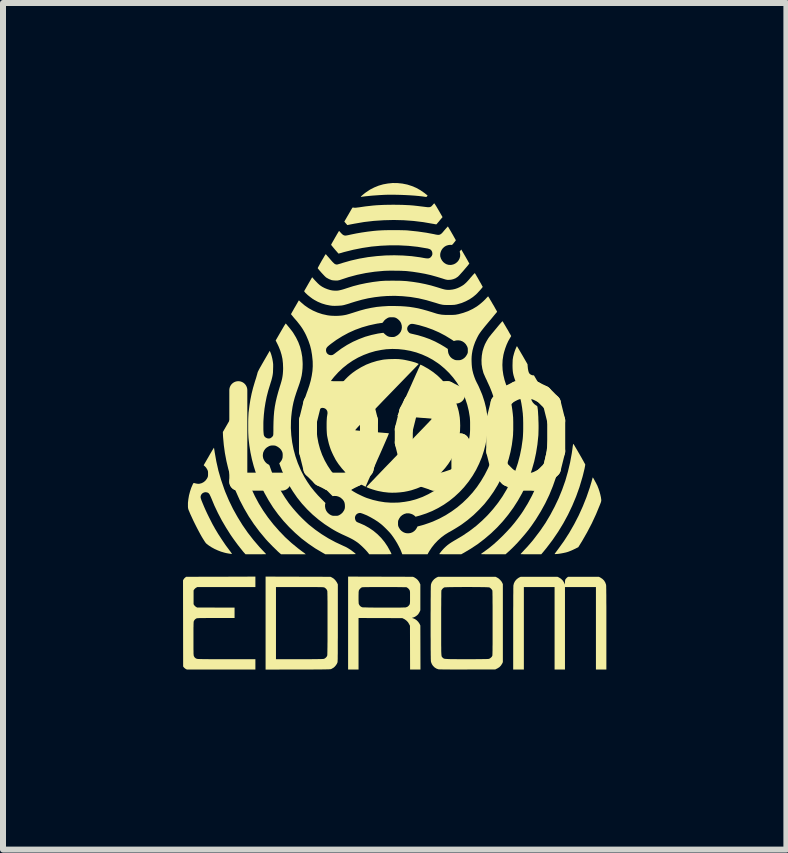
<source format=kicad_pcb>
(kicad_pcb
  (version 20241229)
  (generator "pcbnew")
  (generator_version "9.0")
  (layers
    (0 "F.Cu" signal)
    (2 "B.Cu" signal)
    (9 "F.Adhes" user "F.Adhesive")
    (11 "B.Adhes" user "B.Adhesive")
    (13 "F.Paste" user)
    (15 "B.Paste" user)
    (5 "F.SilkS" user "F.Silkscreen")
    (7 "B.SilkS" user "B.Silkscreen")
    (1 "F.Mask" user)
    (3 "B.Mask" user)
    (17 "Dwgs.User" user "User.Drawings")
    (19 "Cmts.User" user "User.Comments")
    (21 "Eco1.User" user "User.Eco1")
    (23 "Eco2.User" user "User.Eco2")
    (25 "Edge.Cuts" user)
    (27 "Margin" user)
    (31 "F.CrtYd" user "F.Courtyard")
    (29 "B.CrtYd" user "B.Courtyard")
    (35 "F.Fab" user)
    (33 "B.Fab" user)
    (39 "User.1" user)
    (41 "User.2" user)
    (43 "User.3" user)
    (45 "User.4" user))
  (footprint "LOGO"
    (layer "F.Cu")
    (at 3.534 4.287)
    (property "Reference" "LOGO" (at 0 0 0) (layer "F.SilkS") (effects (font (size 1.524 1.524) (thickness 0.3))))
    (attr board_only exclude_from_pos_files exclude_from_bom)
    (fp_poly (pts (xy 0.04 -4.286) (xy 0.12 -4.278) (xy 0.2 -4.262) (xy 0.201 -4.262) (xy 0.279 -4.237) (xy 0.353 -4.206) (xy 0.424 -4.166) (xy 0.492 -4.119) (xy 0.509 -4.105) (xy 0.542 -4.079) (xy 0.533 -4.066) (xy 0.526 -4.058) (xy 0.518 -4.055) (xy 0.507 -4.056) (xy 0.453 -4.064) (xy 0.391 -4.071) (xy 0.324 -4.077) (xy 0.253 -4.082) (xy 0.179 -4.086) (xy 0.104 -4.089) (xy 0.029 -4.091) (xy -0.044 -4.092) (xy -0.114 -4.092) (xy -0.18 -4.09) (xy -0.214 -4.088) (xy -0.254 -4.086) (xy -0.296 -4.083) (xy -0.338 -4.08) (xy -0.381 -4.077) (xy -0.422 -4.073) (xy -0.46 -4.069) (xy -0.494 -4.066) (xy -0.524 -4.062) (xy -0.547 -4.059) (xy -0.562 -4.056) (xy -0.569 -4.056) (xy -0.571 -4.058) (xy -0.568 -4.063) (xy -0.559 -4.072) (xy -0.546 -4.084) (xy -0.529 -4.098) (xy -0.511 -4.113) (xy -0.491 -4.128) (xy -0.484 -4.133) (xy -0.418 -4.177) (xy -0.348 -4.213) (xy -0.274 -4.243) (xy -0.198 -4.265) (xy -0.12 -4.279) (xy -0.04 -4.287)) (stroke (width 0) (type solid)) (fill yes) (layer "F.SilkS"))
    (fp_poly (pts (xy 3.297 0.622) (xy 3.303 0.63) (xy 3.311 0.644) (xy 3.321 0.662) (xy 3.331 0.681) (xy 3.343 0.702) (xy 3.353 0.721) (xy 3.362 0.74) (xy 3.37 0.754) (xy 3.373 0.762) (xy 3.391 0.808) (xy 3.407 0.856) (xy 3.42 0.904) (xy 3.43 0.949) (xy 3.435 0.985) (xy 3.436 0.996) (xy 3.436 1.005) (xy 3.434 1.015) (xy 3.432 1.026) (xy 3.427 1.041) (xy 3.419 1.061) (xy 3.413 1.077) (xy 3.349 1.232) (xy 3.278 1.385) (xy 3.199 1.536) (xy 3.114 1.684) (xy 3.097 1.711) (xy 3.053 1.782) (xy 2.99 1.813) (xy 2.965 1.825) (xy 2.939 1.837) (xy 2.914 1.847) (xy 2.893 1.855) (xy 2.886 1.858) (xy 2.849 1.869) (xy 2.808 1.878) (xy 2.766 1.886) (xy 2.726 1.892) (xy 2.698 1.895) (xy 2.679 1.896) (xy 2.667 1.896) (xy 2.661 1.896) (xy 2.659 1.894) (xy 2.661 1.891) (xy 2.662 1.889) (xy 2.666 1.883) (xy 2.675 1.871) (xy 2.687 1.855) (xy 2.701 1.836) (xy 2.717 1.815) (xy 2.719 1.812) (xy 2.814 1.68) (xy 2.902 1.543) (xy 2.984 1.4) (xy 3.06 1.253) (xy 3.128 1.102) (xy 3.19 0.947) (xy 3.244 0.79) (xy 3.274 0.69) (xy 3.28 0.667) (xy 3.286 0.647) (xy 3.29 0.631) (xy 3.293 0.622) (xy 3.294 0.619)) (stroke (width 0) (type solid)) (fill yes) (layer "F.SilkS"))
    (fp_poly (pts (xy 2.694 -0.425) (xy 2.815 -0.214) (xy 2.812 -0.144) (xy 2.802 0.015) (xy 2.783 0.17) (xy 2.756 0.324) (xy 2.722 0.475) (xy 2.679 0.623) (xy 2.628 0.768) (xy 2.57 0.91) (xy 2.503 1.05) (xy 2.428 1.186) (xy 2.346 1.319) (xy 2.277 1.42) (xy 2.224 1.492) (xy 2.165 1.565) (xy 2.102 1.638) (xy 2.038 1.71) (xy 1.973 1.777) (xy 1.908 1.84) (xy 1.88 1.865) (xy 1.841 1.9) (xy 1.636 1.9) (xy 1.595 1.9) (xy 1.557 1.9) (xy 1.522 1.9) (xy 1.492 1.899) (xy 1.467 1.899) (xy 1.448 1.898) (xy 1.435 1.898) (xy 1.431 1.897) (xy 1.431 1.897) (xy 1.434 1.893) (xy 1.443 1.886) (xy 1.456 1.876) (xy 1.472 1.865) (xy 1.53 1.823) (xy 1.587 1.779) (xy 1.644 1.732) (xy 1.702 1.68) (xy 1.762 1.623) (xy 1.801 1.585) (xy 1.871 1.512) (xy 1.936 1.441) (xy 1.995 1.37) (xy 2.051 1.297) (xy 2.106 1.221) (xy 2.134 1.179) (xy 2.212 1.052) (xy 2.282 0.922) (xy 2.345 0.788) (xy 2.4 0.652) (xy 2.447 0.512) (xy 2.486 0.37) (xy 2.517 0.225) (xy 2.534 0.114) (xy 2.547 0.001) (xy 2.555 -0.116) (xy 2.558 -0.236) (xy 2.556 -0.355) (xy 2.549 -0.471) (xy 2.541 -0.546) (xy 2.535 -0.598) (xy 2.553 -0.617) (xy 2.572 -0.636)) (stroke (width 0) (type solid)) (fill yes) (layer "F.SilkS"))
    (fp_poly (pts (xy 2.73 2.286) (xy 2.762 2.306) (xy 2.789 2.331) (xy 2.81 2.361) (xy 2.823 2.389) (xy 2.829 2.406) (xy 2.831 2.365) (xy 2.832 2.346) (xy 2.834 2.332) (xy 2.837 2.322) (xy 2.841 2.314) (xy 2.845 2.31) (xy 2.856 2.297) (xy 2.868 2.286) (xy 2.87 2.284) (xy 2.884 2.275) (xy 3.396 2.275) (xy 3.423 2.289) (xy 3.456 2.311) (xy 3.483 2.338) (xy 3.502 2.369) (xy 3.515 2.404) (xy 3.517 2.412) (xy 3.517 2.419) (xy 3.518 2.435) (xy 3.518 2.46) (xy 3.519 2.492) (xy 3.519 2.533) (xy 3.52 2.581) (xy 3.52 2.638) (xy 3.52 2.702) (xy 3.521 2.773) (xy 3.521 2.853) (xy 3.521 2.94) (xy 3.521 3.034) (xy 3.521 3.128) (xy 3.521 3.821) (xy 3.347 3.821) (xy 3.347 2.446) (xy 2.831 2.446) (xy 2.831 3.821) (xy 2.658 3.821) (xy 2.658 2.446) (xy 2.146 2.446) (xy 2.146 3.821) (xy 1.968 3.821) (xy 1.968 3.133) (xy 1.968 3.051) (xy 1.968 2.972) (xy 1.968 2.897) (xy 1.968 2.826) (xy 1.969 2.759) (xy 1.969 2.697) (xy 1.969 2.64) (xy 1.969 2.588) (xy 1.97 2.543) (xy 1.97 2.503) (xy 1.97 2.471) (xy 1.971 2.446) (xy 1.971 2.428) (xy 1.972 2.418) (xy 1.972 2.417) (xy 1.981 2.382) (xy 1.998 2.349) (xy 2.021 2.321) (xy 2.049 2.298) (xy 2.067 2.287) (xy 2.093 2.275) (xy 2.706 2.275)) (stroke (width 0) (type solid)) (fill yes) (layer "F.SilkS"))
    (fp_poly (pts (xy 2.972 0.063) (xy 2.976 0.069) (xy 2.983 0.078) (xy 2.991 0.091) (xy 3.001 0.109) (xy 3.015 0.132) (xy 3.032 0.161) (xy 3.052 0.196) (xy 3.068 0.223) (xy 3.088 0.258) (xy 3.107 0.291) (xy 3.124 0.322) (xy 3.139 0.348) (xy 3.151 0.371) (xy 3.161 0.388) (xy 3.167 0.399) (xy 3.169 0.404) (xy 3.168 0.412) (xy 3.166 0.427) (xy 3.162 0.448) (xy 3.157 0.474) (xy 3.15 0.503) (xy 3.142 0.536) (xy 3.134 0.569) (xy 3.125 0.604) (xy 3.119 0.625) (xy 3.072 0.783) (xy 3.016 0.939) (xy 2.953 1.09) (xy 2.882 1.239) (xy 2.804 1.383) (xy 2.718 1.524) (xy 2.624 1.662) (xy 2.523 1.795) (xy 2.474 1.855) (xy 2.436 1.9) (xy 2.263 1.9) (xy 2.226 1.9) (xy 2.192 1.9) (xy 2.161 1.9) (xy 2.134 1.899) (xy 2.113 1.899) (xy 2.099 1.898) (xy 2.091 1.898) (xy 2.091 1.898) (xy 2.093 1.894) (xy 2.101 1.885) (xy 2.113 1.872) (xy 2.128 1.856) (xy 2.145 1.838) (xy 2.147 1.835) (xy 2.183 1.797) (xy 2.215 1.762) (xy 2.244 1.729) (xy 2.272 1.696) (xy 2.302 1.66) (xy 2.322 1.634) (xy 2.417 1.509) (xy 2.505 1.38) (xy 2.585 1.246) (xy 2.659 1.107) (xy 2.726 0.966) (xy 2.785 0.821) (xy 2.837 0.674) (xy 2.88 0.524) (xy 2.916 0.373) (xy 2.944 0.221) (xy 2.954 0.152) (xy 2.957 0.128) (xy 2.96 0.105) (xy 2.963 0.086) (xy 2.965 0.072) (xy 2.966 0.067) (xy 2.966 0.063) (xy 2.968 0.061) (xy 2.969 0.061)) (stroke (width 0) (type solid)) (fill yes) (layer "F.SilkS"))
    (fp_poly (pts (xy 0.655 -3.946) (xy 0.662 -3.937) (xy 0.671 -3.923) (xy 0.684 -3.903) (xy 0.7 -3.876) (xy 0.72 -3.842) (xy 0.738 -3.811) (xy 0.791 -3.719) (xy 0.746 -3.666) (xy 0.731 -3.647) (xy 0.716 -3.63) (xy 0.705 -3.617) (xy 0.697 -3.607) (xy 0.694 -3.604) (xy 0.691 -3.601) (xy 0.687 -3.599) (xy 0.681 -3.599) (xy 0.671 -3.6) (xy 0.656 -3.603) (xy 0.634 -3.607) (xy 0.632 -3.607) (xy 0.471 -3.635) (xy 0.308 -3.655) (xy 0.143 -3.667) (xy -0.022 -3.671) (xy -0.188 -3.667) (xy -0.354 -3.656) (xy -0.518 -3.637) (xy -0.68 -3.609) (xy -0.738 -3.598) (xy -0.796 -3.586) (xy -0.821 -3.615) (xy -0.846 -3.644) (xy -0.793 -3.736) (xy -0.777 -3.763) (xy -0.762 -3.789) (xy -0.748 -3.813) (xy -0.737 -3.833) (xy -0.728 -3.848) (xy -0.724 -3.855) (xy -0.716 -3.868) (xy -0.71 -3.876) (xy -0.705 -3.879) (xy -0.7 -3.879) (xy -0.696 -3.878) (xy -0.687 -3.876) (xy -0.676 -3.875) (xy -0.663 -3.875) (xy -0.647 -3.876) (xy -0.626 -3.879) (xy -0.599 -3.882) (xy -0.566 -3.887) (xy -0.559 -3.888) (xy -0.49 -3.898) (xy -0.426 -3.905) (xy -0.365 -3.912) (xy -0.304 -3.917) (xy -0.242 -3.92) (xy -0.176 -3.923) (xy -0.107 -3.924) (xy -0.03 -3.925) (xy -0.03 -3.925) (xy 0.047 -3.924) (xy 0.117 -3.923) (xy 0.182 -3.92) (xy 0.245 -3.917) (xy 0.306 -3.912) (xy 0.369 -3.905) (xy 0.435 -3.897) (xy 0.484 -3.891) (xy 0.517 -3.887) (xy 0.543 -3.884) (xy 0.564 -3.884) (xy 0.581 -3.886) (xy 0.595 -3.892) (xy 0.607 -3.9) (xy 0.619 -3.913) (xy 0.631 -3.926) (xy 0.64 -3.937) (xy 0.648 -3.945) (xy 0.652 -3.948)) (stroke (width 0) (type solid)) (fill yes) (layer "F.SilkS"))
    (fp_poly (pts (xy -2.591 -0.612) (xy -2.592 -0.601) (xy -2.594 -0.588) (xy -2.599 -0.554) (xy -2.603 -0.521) (xy -2.606 -0.489) (xy -2.609 -0.455) (xy -2.611 -0.418) (xy -2.612 -0.378) (xy -2.613 -0.332) (xy -2.613 -0.28) (xy -2.613 -0.245) (xy -2.613 -0.194) (xy -2.613 -0.15) (xy -2.612 -0.111) (xy -2.611 -0.077) (xy -2.61 -0.045) (xy -2.607 -0.015) (xy -2.605 0.015) (xy -2.601 0.047) (xy -2.597 0.081) (xy -2.592 0.12) (xy -2.592 0.12) (xy -2.568 0.258) (xy -2.537 0.396) (xy -2.498 0.533) (xy -2.451 0.669) (xy -2.397 0.802) (xy -2.337 0.931) (xy -2.271 1.054) (xy -2.197 1.174) (xy -2.115 1.291) (xy -2.027 1.403) (xy -1.932 1.511) (xy -1.832 1.615) (xy -1.726 1.712) (xy -1.615 1.803) (xy -1.566 1.84) (xy -1.546 1.855) (xy -1.528 1.868) (xy -1.513 1.879) (xy -1.503 1.887) (xy -1.5 1.89) (xy -1.488 1.9) (xy -1.694 1.9) (xy -1.9 1.9) (xy -1.935 1.87) (xy -1.956 1.851) (xy -1.98 1.827) (xy -2.008 1.8) (xy -2.038 1.771) (xy -2.068 1.74) (xy -2.097 1.71) (xy -2.124 1.682) (xy -2.148 1.656) (xy -2.159 1.643) (xy -2.259 1.523) (xy -2.353 1.397) (xy -2.439 1.268) (xy -2.517 1.134) (xy -2.589 0.997) (xy -2.652 0.856) (xy -2.702 0.728) (xy -2.744 0.604) (xy -2.78 0.476) (xy -2.811 0.345) (xy -2.836 0.213) (xy -2.854 0.082) (xy -2.866 -0.047) (xy -2.868 -0.081) (xy -2.87 -0.138) (xy -2.732 -0.378) (xy -2.708 -0.419) (xy -2.685 -0.458) (xy -2.664 -0.494) (xy -2.645 -0.527) (xy -2.629 -0.555) (xy -2.615 -0.579) (xy -2.603 -0.597) (xy -2.596 -0.61) (xy -2.592 -0.616) (xy -2.591 -0.616)) (stroke (width 0) (type solid)) (fill yes) (layer "F.SilkS"))
    (fp_poly (pts (xy -2.328 2.446) (xy -3.295 2.446) (xy -3.314 2.456) (xy -3.33 2.467) (xy -3.344 2.482) (xy -3.345 2.483) (xy -3.358 2.502) (xy -3.358 2.732) (xy -3.346 2.75) (xy -3.335 2.763) (xy -3.321 2.774) (xy -3.317 2.777) (xy -3.299 2.787) (xy -2.987 2.788) (xy -2.675 2.789) (xy -2.675 2.962) (xy -2.986 2.962) (xy -3.045 2.962) (xy -3.096 2.962) (xy -3.139 2.962) (xy -3.176 2.963) (xy -3.207 2.963) (xy -3.233 2.963) (xy -3.254 2.963) (xy -3.27 2.964) (xy -3.283 2.965) (xy -3.292 2.965) (xy -3.3 2.966) (xy -3.305 2.967) (xy -3.309 2.969) (xy -3.312 2.97) (xy -3.313 2.97) (xy -3.334 2.985) (xy -3.349 3.005) (xy -3.354 3.014) (xy -3.355 3.018) (xy -3.356 3.024) (xy -3.357 3.032) (xy -3.358 3.043) (xy -3.358 3.057) (xy -3.359 3.076) (xy -3.359 3.099) (xy -3.36 3.128) (xy -3.36 3.162) (xy -3.36 3.204) (xy -3.36 3.252) (xy -3.36 3.306) (xy -3.36 3.361) (xy -3.36 3.409) (xy -3.36 3.449) (xy -3.36 3.483) (xy -3.359 3.511) (xy -3.359 3.534) (xy -3.359 3.552) (xy -3.358 3.566) (xy -3.357 3.576) (xy -3.356 3.585) (xy -3.355 3.591) (xy -3.354 3.595) (xy -3.352 3.599) (xy -3.352 3.599) (xy -3.339 3.62) (xy -3.322 3.634) (xy -3.306 3.641) (xy -3.302 3.642) (xy -3.297 3.643) (xy -3.29 3.644) (xy -3.28 3.645) (xy -3.267 3.645) (xy -3.251 3.646) (xy -3.231 3.646) (xy -3.207 3.647) (xy -3.178 3.647) (xy -3.144 3.647) (xy -3.104 3.648) (xy -3.058 3.648) (xy -3.006 3.648) (xy -2.946 3.648) (xy -2.878 3.648) (xy -2.807 3.648) (xy -2.328 3.648) (xy -2.328 3.821) (xy -3.468 3.821) (xy -3.487 3.812) (xy -3.502 3.802) (xy -3.515 3.79) (xy -3.519 3.786) (xy -3.532 3.77) (xy -3.534 2.334) (xy -3.524 2.317) (xy -3.515 2.304) (xy -3.502 2.291) (xy -3.498 2.288) (xy -3.482 2.275) (xy -2.905 2.274) (xy -2.328 2.272)) (stroke (width 0) (type solid)) (fill yes) (layer "F.SilkS"))
    (fp_poly (pts (xy -1.077 2.275) (xy -1.052 2.287) (xy -1.022 2.306) (xy -0.996 2.332) (xy -0.975 2.361) (xy -0.968 2.373) (xy -0.954 2.401) (xy -0.954 3.043) (xy -0.954 3.133) (xy -0.954 3.214) (xy -0.954 3.288) (xy -0.955 3.355) (xy -0.955 3.414) (xy -0.955 3.467) (xy -0.955 3.513) (xy -0.955 3.554) (xy -0.956 3.588) (xy -0.956 3.618) (xy -0.956 3.642) (xy -0.957 3.662) (xy -0.958 3.677) (xy -0.958 3.689) (xy -0.959 3.696) (xy -0.96 3.701) (xy -0.96 3.702) (xy -0.971 3.727) (xy -0.988 3.752) (xy -1.008 3.775) (xy -1.027 3.791) (xy -1.043 3.8) (xy -1.058 3.809) (xy -1.07 3.814) (xy -1.07 3.814) (xy -1.074 3.815) (xy -1.081 3.815) (xy -1.092 3.816) (xy -1.108 3.817) (xy -1.127 3.817) (xy -1.152 3.818) (xy -1.182 3.818) (xy -1.217 3.819) (xy -1.258 3.819) (xy -1.306 3.819) (xy -1.36 3.82) (xy -1.422 3.82) (xy -1.491 3.82) (xy -1.568 3.82) (xy -1.622 3.82) (xy -2.158 3.822) (xy -2.158 3.648) (xy -1.985 3.648) (xy -1.594 3.648) (xy -1.519 3.648) (xy -1.452 3.648) (xy -1.394 3.648) (xy -1.343 3.647) (xy -1.299 3.647) (xy -1.263 3.646) (xy -1.234 3.646) (xy -1.212 3.645) (xy -1.197 3.644) (xy -1.189 3.643) (xy -1.187 3.643) (xy -1.17 3.635) (xy -1.153 3.621) (xy -1.139 3.605) (xy -1.131 3.587) (xy -1.13 3.587) (xy -1.13 3.58) (xy -1.129 3.566) (xy -1.129 3.544) (xy -1.128 3.516) (xy -1.128 3.482) (xy -1.127 3.442) (xy -1.127 3.398) (xy -1.126 3.35) (xy -1.126 3.298) (xy -1.126 3.244) (xy -1.126 3.188) (xy -1.126 3.13) (xy -1.126 3.071) (xy -1.126 3.012) (xy -1.126 2.953) (xy -1.126 2.895) (xy -1.126 2.839) (xy -1.126 2.786) (xy -1.126 2.735) (xy -1.126 2.688) (xy -1.127 2.644) (xy -1.127 2.606) (xy -1.128 2.573) (xy -1.128 2.547) (xy -1.129 2.527) (xy -1.129 2.514) (xy -1.13 2.51) (xy -1.138 2.491) (xy -1.152 2.473) (xy -1.169 2.459) (xy -1.177 2.454) (xy -1.18 2.453) (xy -1.183 2.452) (xy -1.187 2.451) (xy -1.193 2.45) (xy -1.201 2.449) (xy -1.211 2.448) (xy -1.224 2.448) (xy -1.241 2.447) (xy -1.262 2.447) (xy -1.288 2.447) (xy -1.319 2.446) (xy -1.355 2.446) (xy -1.398 2.446) (xy -1.447 2.446) (xy -1.504 2.446) (xy -1.568 2.446) (xy -1.985 2.446) (xy -1.985 3.648) (xy -2.158 3.648) (xy -2.158 2.272)) (stroke (width 0) (type solid)) (fill yes) (layer "F.SilkS"))
    (fp_poly (pts (xy 0.298 2.275) (xy 0.324 2.287) (xy 0.353 2.306) (xy 0.379 2.33) (xy 0.4 2.359) (xy 0.407 2.373) (xy 0.421 2.402) (xy 0.421 2.833) (xy 0.41 2.858) (xy 0.401 2.874) (xy 0.391 2.89) (xy 0.385 2.899) (xy 0.369 2.915) (xy 0.348 2.931) (xy 0.326 2.944) (xy 0.304 2.953) (xy 0.301 2.954) (xy 0.279 2.96) (xy 0.302 2.967) (xy 0.332 2.98) (xy 0.36 3) (xy 0.385 3.025) (xy 0.405 3.054) (xy 0.41 3.063) (xy 0.421 3.087) (xy 0.423 3.821) (xy 0.25 3.821) (xy 0.248 3.091) (xy 0.234 3.064) (xy 0.215 3.032) (xy 0.189 3.005) (xy 0.159 2.983) (xy 0.149 2.978) (xy 0.121 2.964) (xy -0.244 2.963) (xy -0.609 2.962) (xy -0.609 3.821) (xy -0.783 3.821) (xy -0.783 2.611) (xy -0.609 2.611) (xy -0.609 2.639) (xy -0.609 2.666) (xy -0.608 2.69) (xy -0.607 2.71) (xy -0.606 2.723) (xy -0.605 2.727) (xy -0.595 2.747) (xy -0.58 2.765) (xy -0.56 2.778) (xy -0.548 2.783) (xy -0.54 2.784) (xy -0.524 2.785) (xy -0.502 2.785) (xy -0.473 2.786) (xy -0.44 2.787) (xy -0.401 2.787) (xy -0.359 2.788) (xy -0.314 2.788) (xy -0.267 2.789) (xy -0.218 2.789) (xy -0.169 2.789) (xy -0.12 2.789) (xy -0.073 2.789) (xy -0.027 2.789) (xy 0.017 2.788) (xy 0.057 2.788) (xy 0.093 2.788) (xy 0.124 2.787) (xy 0.149 2.786) (xy 0.168 2.786) (xy 0.179 2.785) (xy 0.181 2.784) (xy 0.204 2.776) (xy 0.224 2.76) (xy 0.239 2.741) (xy 0.242 2.736) (xy 0.244 2.73) (xy 0.246 2.723) (xy 0.247 2.713) (xy 0.248 2.7) (xy 0.249 2.683) (xy 0.249 2.659) (xy 0.249 2.629) (xy 0.249 2.617) (xy 0.249 2.585) (xy 0.249 2.559) (xy 0.249 2.54) (xy 0.248 2.526) (xy 0.247 2.515) (xy 0.245 2.507) (xy 0.243 2.501) (xy 0.242 2.499) (xy 0.232 2.483) (xy 0.218 2.468) (xy 0.202 2.456) (xy 0.192 2.45) (xy 0.186 2.449) (xy 0.172 2.449) (xy 0.15 2.448) (xy 0.122 2.448) (xy 0.087 2.447) (xy 0.046 2.447) (xy -0.001 2.446) (xy -0.052 2.446) (xy -0.109 2.446) (xy -0.169 2.446) (xy -0.18 2.446) (xy -0.246 2.446) (xy -0.304 2.446) (xy -0.355 2.446) (xy -0.398 2.446) (xy -0.435 2.447) (xy -0.466 2.447) (xy -0.491 2.447) (xy -0.512 2.448) (xy -0.528 2.449) (xy -0.54 2.449) (xy -0.548 2.45) (xy -0.554 2.451) (xy -0.556 2.452) (xy -0.57 2.461) (xy -0.585 2.476) (xy -0.598 2.492) (xy -0.605 2.508) (xy -0.606 2.518) (xy -0.608 2.535) (xy -0.608 2.557) (xy -0.609 2.583) (xy -0.609 2.611) (xy -0.783 2.611) (xy -0.783 2.272)) (stroke (width 0) (type solid)) (fill yes) (layer "F.SilkS"))
    (fp_poly (pts (xy 0.425 -1.259) (xy 0.435 -1.255) (xy 0.45 -1.248) (xy 0.468 -1.239) (xy 0.47 -1.238) (xy 0.553 -1.191) (xy 0.632 -1.138) (xy 0.706 -1.079) (xy 0.774 -1.013) (xy 0.836 -0.943) (xy 0.893 -0.867) (xy 0.942 -0.787) (xy 0.985 -0.703) (xy 1.021 -0.616) (xy 1.049 -0.525) (xy 1.06 -0.482) (xy 1.07 -0.429) (xy 1.078 -0.379) (xy 1.082 -0.327) (xy 1.084 -0.272) (xy 1.085 -0.243) (xy 1.082 -0.153) (xy 1.072 -0.067) (xy 1.057 0.016) (xy 1.034 0.098) (xy 1.013 0.156) (xy 0.977 0.24) (xy 0.936 0.318) (xy 0.888 0.392) (xy 0.834 0.463) (xy 0.773 0.531) (xy 0.758 0.546) (xy 0.686 0.613) (xy 0.611 0.672) (xy 0.532 0.723) (xy 0.45 0.767) (xy 0.363 0.803) (xy 0.272 0.833) (xy 0.21 0.848) (xy 0.148 0.86) (xy 0.082 0.868) (xy 0.013 0.873) (xy -0.053 0.874) (xy -0.108 0.872) (xy -0.197 0.862) (xy -0.285 0.845) (xy -0.296 0.842) (xy -0.32 0.836) (xy -0.347 0.828) (xy -0.374 0.82) (xy -0.4 0.811) (xy -0.424 0.803) (xy -0.445 0.795) (xy -0.462 0.788) (xy -0.473 0.782) (xy -0.477 0.779) (xy -0.477 0.778) (xy -0.476 0.776) (xy -0.471 0.771) (xy -0.463 0.763) (xy -0.452 0.752) (xy -0.438 0.737) (xy -0.42 0.718) (xy -0.399 0.696) (xy -0.373 0.669) (xy -0.344 0.639) (xy -0.311 0.604) (xy -0.273 0.565) (xy -0.232 0.522) (xy -0.186 0.474) (xy -0.135 0.421) (xy -0.079 0.364) (xy -0.019 0.301) (xy 0.046 0.234) (xy 0.116 0.161) (xy 0.192 0.083) (xy 0.273 -0.001) (xy 0.359 -0.091) (xy 0.451 -0.186) (xy 0.548 -0.287) (xy 0.558 -0.297) (xy 0.574 -0.315) (xy 0.589 -0.33) (xy 0.6 -0.343) (xy 0.607 -0.352) (xy 0.609 -0.355) (xy 0.606 -0.359) (xy 0.6 -0.362) (xy 0.594 -0.362) (xy 0.581 -0.363) (xy 0.56 -0.365) (xy 0.533 -0.367) (xy 0.501 -0.37) (xy 0.464 -0.372) (xy 0.423 -0.375) (xy 0.379 -0.379) (xy 0.332 -0.382) (xy 0.315 -0.383) (xy 0.268 -0.387) (xy 0.223 -0.39) (xy 0.181 -0.393) (xy 0.144 -0.396) (xy 0.111 -0.398) (xy 0.083 -0.401) (xy 0.062 -0.402) (xy 0.047 -0.403) (xy 0.039 -0.404) (xy 0.039 -0.404) (xy 0.04 -0.408) (xy 0.045 -0.419) (xy 0.053 -0.437) (xy 0.063 -0.46) (xy 0.076 -0.489) (xy 0.091 -0.522) (xy 0.107 -0.56) (xy 0.126 -0.601) (xy 0.145 -0.645) (xy 0.166 -0.692) (xy 0.187 -0.74) (xy 0.209 -0.789) (xy 0.232 -0.839) (xy 0.254 -0.888) (xy 0.276 -0.937) (xy 0.297 -0.985) (xy 0.318 -1.031) (xy 0.337 -1.074) (xy 0.355 -1.115) (xy 0.372 -1.151) (xy 0.386 -1.184) (xy 0.399 -1.211) (xy 0.409 -1.233) (xy 0.416 -1.249) (xy 0.42 -1.258) (xy 0.421 -1.26)) (stroke (width 0) (type solid)) (fill yes) (layer "F.SilkS"))
    (fp_poly (pts (xy 1.332 -2.781) (xy 1.339 -2.77) (xy 1.349 -2.754) (xy 1.36 -2.734) (xy 1.374 -2.711) (xy 1.388 -2.686) (xy 1.402 -2.661) (xy 1.416 -2.636) (xy 1.43 -2.613) (xy 1.441 -2.592) (xy 1.45 -2.575) (xy 1.457 -2.563) (xy 1.46 -2.557) (xy 1.46 -2.556) (xy 1.457 -2.551) (xy 1.45 -2.541) (xy 1.438 -2.527) (xy 1.424 -2.51) (xy 1.407 -2.491) (xy 1.39 -2.473) (xy 1.373 -2.454) (xy 1.357 -2.438) (xy 1.349 -2.43) (xy 1.297 -2.387) (xy 1.24 -2.349) (xy 1.177 -2.316) (xy 1.111 -2.288) (xy 1.042 -2.268) (xy 1.023 -2.263) (xy 1.005 -2.26) (xy 0.988 -2.257) (xy 0.97 -2.256) (xy 0.948 -2.255) (xy 0.921 -2.254) (xy 0.897 -2.254) (xy 0.865 -2.254) (xy 0.837 -2.255) (xy 0.812 -2.256) (xy 0.789 -2.259) (xy 0.765 -2.264) (xy 0.739 -2.27) (xy 0.71 -2.279) (xy 0.675 -2.29) (xy 0.654 -2.296) (xy 0.522 -2.335) (xy 0.39 -2.366) (xy 0.258 -2.388) (xy 0.127 -2.401) (xy -0.005 -2.407) (xy -0.138 -2.404) (xy -0.233 -2.397) (xy -0.342 -2.384) (xy -0.449 -2.366) (xy -0.554 -2.342) (xy -0.661 -2.312) (xy -0.732 -2.29) (xy -0.761 -2.28) (xy -0.79 -2.271) (xy -0.818 -2.263) (xy -0.842 -2.256) (xy -0.86 -2.252) (xy -0.862 -2.251) (xy -0.892 -2.246) (xy -0.929 -2.243) (xy -0.968 -2.241) (xy -1.008 -2.24) (xy -1.045 -2.241) (xy -1.077 -2.245) (xy -1.079 -2.245) (xy -1.151 -2.259) (xy -1.221 -2.28) (xy -1.288 -2.308) (xy -1.349 -2.341) (xy -1.35 -2.342) (xy -1.377 -2.359) (xy -1.404 -2.379) (xy -1.431 -2.4) (xy -1.457 -2.421) (xy -1.479 -2.442) (xy -1.497 -2.459) (xy -1.507 -2.472) (xy -1.516 -2.484) (xy -1.449 -2.601) (xy -1.382 -2.717) (xy -1.361 -2.693) (xy -1.337 -2.666) (xy -1.312 -2.64) (xy -1.289 -2.616) (xy -1.268 -2.597) (xy -1.252 -2.583) (xy -1.215 -2.558) (xy -1.173 -2.536) (xy -1.128 -2.518) (xy -1.083 -2.504) (xy -1.048 -2.497) (xy -1.02 -2.494) (xy -0.994 -2.493) (xy -0.969 -2.493) (xy -0.943 -2.496) (xy -0.914 -2.502) (xy -0.882 -2.51) (xy -0.845 -2.521) (xy -0.806 -2.534) (xy -0.699 -2.568) (xy -0.591 -2.596) (xy -0.481 -2.619) (xy -0.368 -2.638) (xy -0.248 -2.653) (xy -0.231 -2.654) (xy -0.204 -2.656) (xy -0.17 -2.658) (xy -0.131 -2.659) (xy -0.088 -2.659) (xy -0.043 -2.66) (xy 0.003 -2.659) (xy 0.049 -2.659) (xy 0.092 -2.658) (xy 0.132 -2.656) (xy 0.166 -2.654) (xy 0.194 -2.652) (xy 0.195 -2.652) (xy 0.302 -2.639) (xy 0.403 -2.623) (xy 0.502 -2.603) (xy 0.598 -2.58) (xy 0.697 -2.551) (xy 0.729 -2.541) (xy 0.767 -2.529) (xy 0.798 -2.52) (xy 0.825 -2.513) (xy 0.848 -2.509) (xy 0.87 -2.507) (xy 0.891 -2.506) (xy 0.913 -2.507) (xy 0.914 -2.507) (xy 0.958 -2.512) (xy 0.999 -2.521) (xy 1.04 -2.535) (xy 1.077 -2.552) (xy 1.101 -2.565) (xy 1.123 -2.578) (xy 1.144 -2.592) (xy 1.164 -2.609) (xy 1.185 -2.628) (xy 1.208 -2.652) (xy 1.234 -2.681) (xy 1.258 -2.71) (xy 1.277 -2.731) (xy 1.294 -2.751) (xy 1.309 -2.767) (xy 1.32 -2.778) (xy 1.327 -2.785) (xy 1.329 -2.786)) (stroke (width 0) (type solid)) (fill yes) (layer "F.SilkS"))
    (fp_poly (pts (xy 2.034 -1.564) (xy 2.041 -1.553) (xy 2.05 -1.537) (xy 2.063 -1.516) (xy 2.078 -1.49) (xy 2.095 -1.461) (xy 2.113 -1.43) (xy 2.121 -1.417) (xy 2.207 -1.267) (xy 2.21 -1.227) (xy 2.214 -1.19) (xy 2.22 -1.158) (xy 2.227 -1.134) (xy 2.236 -1.116) (xy 2.237 -1.114) (xy 2.253 -1.099) (xy 2.274 -1.088) (xy 2.296 -1.082) (xy 2.298 -1.082) (xy 2.314 -1.082) (xy 2.356 -1.01) (xy 2.37 -0.986) (xy 2.383 -0.963) (xy 2.394 -0.943) (xy 2.403 -0.928) (xy 2.409 -0.918) (xy 2.42 -0.898) (xy 2.399 -0.893) (xy 2.369 -0.884) (xy 2.343 -0.871) (xy 2.319 -0.852) (xy 2.315 -0.849) (xy 2.292 -0.821) (xy 2.275 -0.79) (xy 2.266 -0.757) (xy 2.263 -0.723) (xy 2.268 -0.69) (xy 2.278 -0.658) (xy 2.296 -0.629) (xy 2.32 -0.603) (xy 2.347 -0.583) (xy 2.362 -0.574) (xy 2.37 -0.565) (xy 2.372 -0.559) (xy 2.375 -0.537) (xy 2.379 -0.508) (xy 2.382 -0.472) (xy 2.384 -0.432) (xy 2.387 -0.388) (xy 2.388 -0.342) (xy 2.39 -0.295) (xy 2.391 -0.248) (xy 2.391 -0.202) (xy 2.39 -0.159) (xy 2.389 -0.119) (xy 2.388 -0.085) (xy 2.387 -0.076) (xy 2.372 0.07) (xy 2.349 0.213) (xy 2.319 0.352) (xy 2.28 0.489) (xy 2.234 0.623) (xy 2.179 0.753) (xy 2.117 0.881) (xy 2.047 1.005) (xy 2.047 1.005) (xy 1.97 1.125) (xy 1.886 1.24) (xy 1.796 1.35) (xy 1.7 1.454) (xy 1.598 1.552) (xy 1.49 1.644) (xy 1.378 1.73) (xy 1.26 1.808) (xy 1.149 1.874) (xy 1.102 1.9) (xy 0.919 1.9) (xy 0.881 1.9) (xy 0.845 1.9) (xy 0.813 1.9) (xy 0.786 1.899) (xy 0.763 1.899) (xy 0.747 1.898) (xy 0.738 1.897) (xy 0.736 1.897) (xy 0.739 1.892) (xy 0.746 1.882) (xy 0.757 1.868) (xy 0.769 1.852) (xy 0.783 1.836) (xy 0.797 1.82) (xy 0.81 1.806) (xy 0.815 1.8) (xy 0.845 1.772) (xy 0.875 1.746) (xy 0.909 1.721) (xy 0.947 1.696) (xy 0.99 1.67) (xy 1.013 1.657) (xy 1.13 1.587) (xy 1.242 1.511) (xy 1.349 1.429) (xy 1.45 1.34) (xy 1.545 1.246) (xy 1.633 1.147) (xy 1.716 1.042) (xy 1.792 0.932) (xy 1.861 0.817) (xy 1.923 0.698) (xy 1.959 0.619) (xy 2.007 0.499) (xy 2.047 0.378) (xy 2.08 0.253) (xy 2.106 0.125) (xy 2.125 -0.008) (xy 2.127 -0.025) (xy 2.13 -0.057) (xy 2.132 -0.096) (xy 2.134 -0.14) (xy 2.135 -0.187) (xy 2.135 -0.236) (xy 2.135 -0.286) (xy 2.134 -0.334) (xy 2.133 -0.378) (xy 2.13 -0.419) (xy 2.128 -0.452) (xy 2.127 -0.457) (xy 2.117 -0.54) (xy 2.104 -0.619) (xy 2.088 -0.698) (xy 2.069 -0.776) (xy 2.047 -0.858) (xy 2.02 -0.943) (xy 1.998 -1.007) (xy 1.985 -1.045) (xy 1.975 -1.078) (xy 1.968 -1.108) (xy 1.963 -1.137) (xy 1.96 -1.167) (xy 1.958 -1.201) (xy 1.957 -1.241) (xy 1.957 -1.248) (xy 1.958 -1.286) (xy 1.959 -1.318) (xy 1.96 -1.344) (xy 1.964 -1.369) (xy 1.968 -1.394) (xy 1.975 -1.42) (xy 1.983 -1.45) (xy 1.983 -1.45) (xy 1.989 -1.469) (xy 1.996 -1.49) (xy 2.004 -1.511) (xy 2.012 -1.531) (xy 2.019 -1.547) (xy 2.025 -1.56) (xy 2.03 -1.567) (xy 2.031 -1.568)) (stroke (width 0) (type solid)) (fill yes) (layer "F.SilkS"))
    (fp_poly (pts (xy -3.018 0.129) (xy -3.015 0.14) (xy -3.013 0.157) (xy -3.009 0.178) (xy -3.007 0.195) (xy -2.979 0.353) (xy -2.944 0.508) (xy -2.9 0.659) (xy -2.849 0.809) (xy -2.83 0.86) (xy -2.769 1.004) (xy -2.701 1.144) (xy -2.625 1.28) (xy -2.543 1.413) (xy -2.455 1.54) (xy -2.36 1.662) (xy -2.26 1.779) (xy -2.197 1.846) (xy -2.181 1.862) (xy -2.168 1.877) (xy -2.157 1.888) (xy -2.151 1.896) (xy -2.15 1.897) (xy -2.154 1.898) (xy -2.166 1.899) (xy -2.184 1.899) (xy -2.208 1.899) (xy -2.237 1.9) (xy -2.27 1.9) (xy -2.306 1.9) (xy -2.321 1.9) (xy -2.492 1.9) (xy -2.505 1.886) (xy -2.53 1.858) (xy -2.558 1.823) (xy -2.589 1.784) (xy -2.622 1.742) (xy -2.655 1.697) (xy -2.688 1.652) (xy -2.719 1.608) (xy -2.741 1.576) (xy -2.817 1.456) (xy -2.887 1.337) (xy -2.951 1.215) (xy -3.011 1.089) (xy -3.06 0.971) (xy -3.073 0.941) (xy -3.084 0.918) (xy -3.093 0.9) (xy -3.103 0.887) (xy -3.113 0.878) (xy -3.124 0.872) (xy -3.138 0.868) (xy -3.162 0.865) (xy -3.185 0.87) (xy -3.207 0.881) (xy -3.224 0.897) (xy -3.236 0.918) (xy -3.241 0.939) (xy -3.241 0.95) (xy -3.239 0.962) (xy -3.235 0.977) (xy -3.228 0.997) (xy -3.226 1.003) (xy -3.206 1.052) (xy -3.183 1.107) (xy -3.157 1.166) (xy -3.129 1.226) (xy -3.099 1.287) (xy -3.069 1.346) (xy -3.04 1.403) (xy -3.011 1.454) (xy -3.005 1.466) (xy -2.948 1.561) (xy -2.887 1.655) (xy -2.824 1.748) (xy -2.76 1.834) (xy -2.756 1.84) (xy -2.742 1.858) (xy -2.731 1.874) (xy -2.723 1.885) (xy -2.718 1.893) (xy -2.718 1.894) (xy -2.723 1.894) (xy -2.735 1.893) (xy -2.751 1.891) (xy -2.771 1.888) (xy -2.793 1.884) (xy -2.815 1.88) (xy -2.835 1.875) (xy -2.847 1.872) (xy -2.901 1.856) (xy -2.955 1.835) (xy -3.008 1.811) (xy -3.059 1.783) (xy -3.104 1.754) (xy -3.143 1.724) (xy -3.154 1.713) (xy -3.168 1.694) (xy -3.184 1.669) (xy -3.203 1.639) (xy -3.224 1.604) (xy -3.246 1.565) (xy -3.269 1.522) (xy -3.293 1.477) (xy -3.317 1.43) (xy -3.341 1.382) (xy -3.365 1.333) (xy -3.387 1.285) (xy -3.409 1.238) (xy -3.418 1.217) (xy -3.429 1.19) (xy -3.438 1.17) (xy -3.444 1.154) (xy -3.447 1.142) (xy -3.45 1.131) (xy -3.451 1.12) (xy -3.452 1.107) (xy -3.452 1.101) (xy -3.452 1.043) (xy -3.445 0.981) (xy -3.434 0.917) (xy -3.417 0.853) (xy -3.397 0.792) (xy -3.377 0.746) (xy -3.369 0.729) (xy -3.363 0.719) (xy -3.359 0.713) (xy -3.354 0.712) (xy -3.351 0.712) (xy -3.324 0.719) (xy -3.304 0.723) (xy -3.288 0.725) (xy -3.274 0.726) (xy -3.26 0.724) (xy -3.257 0.724) (xy -3.221 0.714) (xy -3.188 0.696) (xy -3.16 0.672) (xy -3.137 0.642) (xy -3.129 0.627) (xy -3.123 0.615) (xy -3.12 0.605) (xy -3.118 0.593) (xy -3.117 0.577) (xy -3.117 0.559) (xy -3.117 0.538) (xy -3.118 0.523) (xy -3.12 0.512) (xy -3.124 0.501) (xy -3.13 0.488) (xy -3.131 0.486) (xy -3.15 0.455) (xy -3.167 0.437) (xy -3.19 0.416) (xy -3.105 0.269) (xy -3.087 0.237) (xy -3.07 0.208) (xy -3.054 0.181) (xy -3.041 0.159) (xy -3.03 0.142) (xy -3.023 0.13) (xy -3.019 0.124) (xy -3.019 0.124)) (stroke (width 0) (type solid)) (fill yes) (layer "F.SilkS"))
    (fp_poly (pts (xy 1.699 2.287) (xy 1.725 2.303) (xy 1.749 2.325) (xy 1.771 2.35) (xy 1.784 2.372) (xy 1.796 2.397) (xy 1.796 3.697) (xy 1.785 3.721) (xy 1.764 3.754) (xy 1.738 3.781) (xy 1.705 3.802) (xy 1.702 3.803) (xy 1.67 3.819) (xy 1.204 3.82) (xy 1.14 3.82) (xy 1.078 3.82) (xy 1.019 3.82) (xy 0.964 3.82) (xy 0.913 3.82) (xy 0.867 3.819) (xy 0.827 3.819) (xy 0.792 3.819) (xy 0.764 3.818) (xy 0.742 3.818) (xy 0.728 3.817) (xy 0.723 3.817) (xy 0.689 3.805) (xy 0.659 3.786) (xy 0.633 3.761) (xy 0.613 3.731) (xy 0.6 3.698) (xy 0.597 3.684) (xy 0.596 3.676) (xy 0.596 3.661) (xy 0.595 3.638) (xy 0.595 3.608) (xy 0.594 3.572) (xy 0.594 3.531) (xy 0.593 3.485) (xy 0.593 3.435) (xy 0.593 3.38) (xy 0.593 3.323) (xy 0.592 3.266) (xy 0.768 3.266) (xy 0.768 3.322) (xy 0.768 3.372) (xy 0.768 3.416) (xy 0.769 3.453) (xy 0.769 3.486) (xy 0.769 3.514) (xy 0.77 3.537) (xy 0.771 3.556) (xy 0.772 3.571) (xy 0.773 3.584) (xy 0.775 3.593) (xy 0.776 3.601) (xy 0.779 3.606) (xy 0.781 3.611) (xy 0.783 3.614) (xy 0.787 3.617) (xy 0.79 3.62) (xy 0.794 3.623) (xy 0.795 3.624) (xy 0.799 3.628) (xy 0.803 3.632) (xy 0.807 3.635) (xy 0.813 3.637) (xy 0.819 3.64) (xy 0.828 3.642) (xy 0.839 3.643) (xy 0.854 3.644) (xy 0.872 3.645) (xy 0.894 3.646) (xy 0.921 3.647) (xy 0.953 3.647) (xy 0.991 3.647) (xy 1.035 3.648) (xy 1.087 3.648) (xy 1.146 3.648) (xy 1.193 3.648) (xy 1.268 3.648) (xy 1.334 3.648) (xy 1.392 3.647) (xy 1.441 3.647) (xy 1.482 3.646) (xy 1.515 3.646) (xy 1.539 3.645) (xy 1.555 3.644) (xy 1.563 3.643) (xy 1.563 3.643) (xy 1.579 3.636) (xy 1.596 3.623) (xy 1.61 3.609) (xy 1.619 3.594) (xy 1.62 3.591) (xy 1.621 3.585) (xy 1.622 3.576) (xy 1.622 3.564) (xy 1.623 3.548) (xy 1.623 3.527) (xy 1.624 3.503) (xy 1.624 3.473) (xy 1.624 3.437) (xy 1.625 3.396) (xy 1.625 3.349) (xy 1.625 3.295) (xy 1.625 3.234) (xy 1.625 3.166) (xy 1.625 3.089) (xy 1.625 3.047) (xy 1.625 2.968) (xy 1.625 2.893) (xy 1.625 2.824) (xy 1.625 2.761) (xy 1.624 2.704) (xy 1.624 2.654) (xy 1.624 2.61) (xy 1.623 2.574) (xy 1.623 2.545) (xy 1.622 2.523) (xy 1.622 2.509) (xy 1.621 2.504) (xy 1.614 2.491) (xy 1.602 2.476) (xy 1.588 2.463) (xy 1.575 2.454) (xy 1.571 2.452) (xy 1.564 2.451) (xy 1.55 2.45) (xy 1.528 2.449) (xy 1.501 2.448) (xy 1.468 2.447) (xy 1.43 2.447) (xy 1.389 2.446) (xy 1.344 2.446) (xy 1.297 2.446) (xy 1.248 2.445) (xy 1.199 2.445) (xy 1.149 2.445) (xy 1.101 2.446) (xy 1.053 2.446) (xy 1.008 2.446) (xy 0.966 2.447) (xy 0.928 2.447) (xy 0.894 2.448) (xy 0.866 2.449) (xy 0.844 2.45) (xy 0.828 2.451) (xy 0.82 2.452) (xy 0.82 2.452) (xy 0.807 2.46) (xy 0.793 2.472) (xy 0.781 2.487) (xy 0.773 2.5) (xy 0.771 2.504) (xy 0.771 2.51) (xy 0.771 2.523) (xy 0.77 2.544) (xy 0.77 2.572) (xy 0.77 2.607) (xy 0.769 2.647) (xy 0.769 2.692) (xy 0.769 2.743) (xy 0.768 2.797) (xy 0.768 2.856) (xy 0.768 2.918) (xy 0.768 2.982) (xy 0.768 3.049) (xy 0.768 3.051) (xy 0.768 3.131) (xy 0.768 3.202) (xy 0.768 3.266) (xy 0.592 3.266) (xy 0.592 3.263) (xy 0.592 3.201) (xy 0.592 3.138) (xy 0.592 3.073) (xy 0.592 3.009) (xy 0.592 2.945) (xy 0.592 2.881) (xy 0.593 2.82) (xy 0.593 2.76) (xy 0.593 2.703) (xy 0.593 2.649) (xy 0.594 2.599) (xy 0.594 2.554) (xy 0.594 2.513) (xy 0.595 2.479) (xy 0.595 2.45) (xy 0.596 2.428) (xy 0.597 2.413) (xy 0.597 2.407) (xy 0.608 2.373) (xy 0.627 2.342) (xy 0.651 2.315) (xy 0.681 2.293) (xy 0.694 2.286) (xy 0.717 2.275) (xy 1.674 2.275)) (stroke (width 0) (type solid)) (fill yes) (layer "F.SilkS"))
    (fp_poly (pts (xy 0.882 -3.56) (xy 0.888 -3.55) (xy 0.897 -3.535) (xy 0.909 -3.515) (xy 0.922 -3.493) (xy 0.936 -3.469) (xy 0.95 -3.444) (xy 0.965 -3.419) (xy 0.978 -3.395) (xy 0.99 -3.374) (xy 1 -3.356) (xy 1.008 -3.342) (xy 1.012 -3.335) (xy 1.012 -3.333) (xy 1.01 -3.329) (xy 1.003 -3.319) (xy 0.993 -3.306) (xy 0.981 -3.292) (xy 0.968 -3.275) (xy 0.958 -3.265) (xy 0.952 -3.258) (xy 0.946 -3.256) (xy 0.94 -3.255) (xy 0.934 -3.256) (xy 0.91 -3.256) (xy 0.883 -3.252) (xy 0.856 -3.243) (xy 0.848 -3.24) (xy 0.819 -3.222) (xy 0.794 -3.198) (xy 0.774 -3.17) (xy 0.76 -3.138) (xy 0.752 -3.105) (xy 0.752 -3.071) (xy 0.753 -3.063) (xy 0.764 -3.028) (xy 0.781 -2.997) (xy 0.803 -2.97) (xy 0.83 -2.948) (xy 0.86 -2.932) (xy 0.894 -2.923) (xy 0.928 -2.922) (xy 0.946 -2.924) (xy 0.981 -2.934) (xy 1.012 -2.951) (xy 1.039 -2.974) (xy 1.06 -3.001) (xy 1.075 -3.031) (xy 1.084 -3.064) (xy 1.085 -3.099) (xy 1.082 -3.119) (xy 1.077 -3.147) (xy 1.103 -3.179) (xy 1.17 -3.064) (xy 1.186 -3.036) (xy 1.201 -3.01) (xy 1.214 -2.987) (xy 1.224 -2.968) (xy 1.232 -2.955) (xy 1.236 -2.947) (xy 1.237 -2.946) (xy 1.235 -2.941) (xy 1.227 -2.932) (xy 1.216 -2.917) (xy 1.201 -2.899) (xy 1.184 -2.879) (xy 1.165 -2.857) (xy 1.145 -2.833) (xy 1.125 -2.81) (xy 1.105 -2.788) (xy 1.087 -2.768) (xy 1.071 -2.75) (xy 1.057 -2.736) (xy 1.048 -2.727) (xy 1.044 -2.724) (xy 1.008 -2.7) (xy 0.971 -2.685) (xy 0.934 -2.676) (xy 0.895 -2.673) (xy 0.88 -2.673) (xy 0.866 -2.674) (xy 0.853 -2.677) (xy 0.838 -2.68) (xy 0.819 -2.686) (xy 0.794 -2.694) (xy 0.791 -2.695) (xy 0.693 -2.725) (xy 0.596 -2.752) (xy 0.499 -2.774) (xy 0.399 -2.792) (xy 0.295 -2.808) (xy 0.199 -2.819) (xy 0.175 -2.821) (xy 0.144 -2.822) (xy 0.108 -2.824) (xy 0.068 -2.825) (xy 0.026 -2.825) (xy -0.018 -2.826) (xy -0.06 -2.826) (xy -0.101 -2.826) (xy -0.137 -2.825) (xy -0.169 -2.824) (xy -0.188 -2.823) (xy -0.34 -2.809) (xy -0.488 -2.787) (xy -0.633 -2.757) (xy -0.775 -2.719) (xy -0.884 -2.683) (xy -0.908 -2.675) (xy -0.926 -2.669) (xy -0.941 -2.666) (xy -0.953 -2.663) (xy -0.966 -2.662) (xy -0.982 -2.662) (xy -0.99 -2.662) (xy -1.025 -2.664) (xy -1.053 -2.668) (xy -1.06 -2.67) (xy -1.101 -2.686) (xy -1.141 -2.708) (xy -1.154 -2.717) (xy -1.162 -2.725) (xy -1.174 -2.736) (xy -1.189 -2.752) (xy -1.206 -2.77) (xy -1.224 -2.789) (xy -1.241 -2.809) (xy -1.258 -2.828) (xy -1.271 -2.844) (xy -1.282 -2.857) (xy -1.288 -2.866) (xy -1.289 -2.868) (xy -1.288 -2.872) (xy -1.283 -2.883) (xy -1.274 -2.899) (xy -1.263 -2.919) (xy -1.251 -2.942) (xy -1.237 -2.966) (xy -1.223 -2.992) (xy -1.208 -3.017) (xy -1.194 -3.04) (xy -1.182 -3.062) (xy -1.171 -3.08) (xy -1.163 -3.093) (xy -1.157 -3.1) (xy -1.156 -3.102) (xy -1.153 -3.098) (xy -1.144 -3.09) (xy -1.133 -3.076) (xy -1.118 -3.059) (xy -1.1 -3.039) (xy -1.09 -3.027) (xy -1.066 -2.999) (xy -1.047 -2.977) (xy -1.031 -2.961) (xy -1.018 -2.949) (xy -1.008 -2.94) (xy -0.998 -2.935) (xy -0.988 -2.931) (xy -0.983 -2.93) (xy -0.977 -2.929) (xy -0.971 -2.929) (xy -0.965 -2.929) (xy -0.956 -2.931) (xy -0.945 -2.934) (xy -0.928 -2.939) (xy -0.906 -2.945) (xy -0.878 -2.954) (xy -0.874 -2.956) (xy -0.737 -2.995) (xy -0.596 -3.027) (xy -0.452 -3.052) (xy -0.306 -3.069) (xy -0.16 -3.08) (xy -0.013 -3.083) (xy 0.132 -3.079) (xy 0.276 -3.068) (xy 0.418 -3.049) (xy 0.478 -3.038) (xy 0.509 -3.033) (xy 0.533 -3.031) (xy 0.553 -3.031) (xy 0.568 -3.034) (xy 0.581 -3.041) (xy 0.594 -3.05) (xy 0.596 -3.053) (xy 0.612 -3.073) (xy 0.621 -3.097) (xy 0.621 -3.122) (xy 0.616 -3.143) (xy 0.607 -3.16) (xy 0.597 -3.173) (xy 0.583 -3.182) (xy 0.563 -3.19) (xy 0.538 -3.197) (xy 0.524 -3.199) (xy 0.375 -3.224) (xy 0.224 -3.24) (xy 0.071 -3.248) (xy -0.083 -3.249) (xy -0.237 -3.242) (xy -0.392 -3.228) (xy -0.545 -3.205) (xy -0.696 -3.175) (xy -0.845 -3.138) (xy -0.873 -3.13) (xy -0.895 -3.123) (xy -0.915 -3.118) (xy -0.93 -3.114) (xy -0.939 -3.111) (xy -0.941 -3.11) (xy -0.945 -3.114) (xy -0.953 -3.122) (xy -0.964 -3.135) (xy -0.978 -3.151) (xy -0.994 -3.169) (xy -1.01 -3.188) (xy -1.025 -3.206) (xy -1.04 -3.224) (xy -1.052 -3.239) (xy -1.061 -3.25) (xy -1.066 -3.257) (xy -1.066 -3.258) (xy -1.064 -3.262) (xy -1.059 -3.273) (xy -1.05 -3.289) (xy -1.039 -3.309) (xy -1.026 -3.331) (xy -1.012 -3.356) (xy -0.998 -3.381) (xy -0.983 -3.406) (xy -0.97 -3.43) (xy -0.957 -3.451) (xy -0.947 -3.468) (xy -0.939 -3.481) (xy -0.935 -3.487) (xy -0.934 -3.488) (xy -0.93 -3.486) (xy -0.923 -3.478) (xy -0.912 -3.466) (xy -0.904 -3.457) (xy -0.884 -3.436) (xy -0.866 -3.422) (xy -0.849 -3.414) (xy -0.83 -3.411) (xy -0.828 -3.411) (xy -0.819 -3.412) (xy -0.804 -3.414) (xy -0.783 -3.418) (xy -0.76 -3.423) (xy -0.738 -3.428) (xy -0.645 -3.447) (xy -0.552 -3.463) (xy -0.456 -3.477) (xy -0.355 -3.489) (xy -0.3 -3.494) (xy -0.272 -3.496) (xy -0.236 -3.498) (xy -0.194 -3.5) (xy -0.148 -3.501) (xy -0.1 -3.502) (xy -0.049 -3.502) (xy 0.001 -3.502) (xy 0.05 -3.502) (xy 0.097 -3.501) (xy 0.14 -3.5) (xy 0.178 -3.499) (xy 0.209 -3.497) (xy 0.218 -3.496) (xy 0.372 -3.48) (xy 0.519 -3.459) (xy 0.648 -3.435) (xy 0.679 -3.428) (xy 0.703 -3.424) (xy 0.723 -3.423) (xy 0.739 -3.425) (xy 0.754 -3.431) (xy 0.769 -3.441) (xy 0.785 -3.456) (xy 0.803 -3.477) (xy 0.823 -3.501) (xy 0.84 -3.52) (xy 0.855 -3.537) (xy 0.867 -3.55) (xy 0.875 -3.559) (xy 0.879 -3.563) (xy 0.879 -3.563)) (stroke (width 0) (type solid)) (fill yes) (layer "F.SilkS"))
    (fp_poly (pts (xy 1.554 -2.394) (xy 1.56 -2.384) (xy 1.57 -2.369) (xy 1.581 -2.349) (xy 1.595 -2.326) (xy 1.61 -2.301) (xy 1.625 -2.274) (xy 1.641 -2.248) (xy 1.656 -2.222) (xy 1.669 -2.198) (xy 1.681 -2.177) (xy 1.691 -2.16) (xy 1.697 -2.148) (xy 1.7 -2.141) (xy 1.7 -2.141) (xy 1.697 -2.137) (xy 1.69 -2.128) (xy 1.677 -2.113) (xy 1.661 -2.094) (xy 1.642 -2.071) (xy 1.62 -2.044) (xy 1.596 -2.015) (xy 1.572 -1.987) (xy 1.537 -1.945) (xy 1.506 -1.908) (xy 1.48 -1.876) (xy 1.458 -1.848) (xy 1.439 -1.824) (xy 1.423 -1.802) (xy 1.409 -1.782) (xy 1.397 -1.764) (xy 1.386 -1.745) (xy 1.376 -1.726) (xy 1.367 -1.709) (xy 1.334 -1.638) (xy 1.309 -1.568) (xy 1.29 -1.496) (xy 1.28 -1.436) (xy 1.276 -1.397) (xy 1.274 -1.353) (xy 1.275 -1.307) (xy 1.277 -1.26) (xy 1.281 -1.216) (xy 1.287 -1.177) (xy 1.288 -1.17) (xy 1.302 -1.113) (xy 1.32 -1.057) (xy 1.341 -1.003) (xy 1.364 -0.955) (xy 1.369 -0.946) (xy 1.38 -0.925) (xy 1.393 -0.898) (xy 1.407 -0.866) (xy 1.421 -0.833) (xy 1.435 -0.8) (xy 1.448 -0.769) (xy 1.457 -0.745) (xy 1.49 -0.643) (xy 1.515 -0.543) (xy 1.532 -0.443) (xy 1.542 -0.342) (xy 1.544 -0.239) (xy 1.538 -0.134) (xy 1.527 -0.04) (xy 1.508 0.07) (xy 1.479 0.179) (xy 1.444 0.286) (xy 1.4 0.391) (xy 1.35 0.493) (xy 1.293 0.59) (xy 1.229 0.683) (xy 1.22 0.695) (xy 1.149 0.783) (xy 1.072 0.865) (xy 0.99 0.941) (xy 0.903 1.011) (xy 0.812 1.074) (xy 0.717 1.13) (xy 0.619 1.179) (xy 0.518 1.22) (xy 0.415 1.254) (xy 0.389 1.261) (xy 0.341 1.274) (xy 0.325 1.258) (xy 0.298 1.239) (xy 0.267 1.226) (xy 0.234 1.218) (xy 0.202 1.217) (xy 0.188 1.218) (xy 0.151 1.229) (xy 0.119 1.247) (xy 0.091 1.271) (xy 0.07 1.301) (xy 0.065 1.311) (xy 0.057 1.327) (xy 0.052 1.339) (xy 0.05 1.351) (xy 0.049 1.365) (xy 0.049 1.384) (xy 0.049 1.403) (xy 0.05 1.418) (xy 0.053 1.429) (xy 0.057 1.442) (xy 0.065 1.457) (xy 0.084 1.488) (xy 0.108 1.512) (xy 0.136 1.531) (xy 0.166 1.544) (xy 0.198 1.55) (xy 0.23 1.55) (xy 0.262 1.544) (xy 0.292 1.532) (xy 0.32 1.513) (xy 0.344 1.488) (xy 0.36 1.463) (xy 0.374 1.436) (xy 0.406 1.428) (xy 0.429 1.422) (xy 0.458 1.414) (xy 0.491 1.404) (xy 0.526 1.392) (xy 0.561 1.38) (xy 0.594 1.368) (xy 0.623 1.357) (xy 0.631 1.354) (xy 0.739 1.305) (xy 0.843 1.249) (xy 0.942 1.186) (xy 1.037 1.117) (xy 1.127 1.041) (xy 1.212 0.959) (xy 1.292 0.871) (xy 1.365 0.778) (xy 1.432 0.679) (xy 1.493 0.576) (xy 1.548 0.468) (xy 1.581 0.391) (xy 1.623 0.277) (xy 1.656 0.163) (xy 1.682 0.047) (xy 1.699 -0.07) (xy 1.708 -0.189) (xy 1.708 -0.304) (xy 1.704 -0.391) (xy 1.696 -0.474) (xy 1.682 -0.556) (xy 1.664 -0.638) (xy 1.641 -0.72) (xy 1.612 -0.804) (xy 1.577 -0.891) (xy 1.535 -0.982) (xy 1.528 -0.999) (xy 1.514 -1.027) (xy 1.501 -1.055) (xy 1.49 -1.081) (xy 1.48 -1.103) (xy 1.473 -1.12) (xy 1.471 -1.127) (xy 1.453 -1.196) (xy 1.442 -1.266) (xy 1.44 -1.338) (xy 1.445 -1.41) (xy 1.457 -1.481) (xy 1.46 -1.492) (xy 1.477 -1.547) (xy 1.497 -1.599) (xy 1.523 -1.649) (xy 1.554 -1.701) (xy 1.556 -1.703) (xy 1.562 -1.712) (xy 1.573 -1.727) (xy 1.588 -1.745) (xy 1.605 -1.767) (xy 1.625 -1.791) (xy 1.646 -1.816) (xy 1.668 -1.843) (xy 1.69 -1.869) (xy 1.711 -1.895) (xy 1.731 -1.919) (xy 1.749 -1.94) (xy 1.765 -1.958) (xy 1.777 -1.972) (xy 1.786 -1.981) (xy 1.79 -1.985) (xy 1.79 -1.985) (xy 1.792 -1.981) (xy 1.799 -1.971) (xy 1.808 -1.956) (xy 1.819 -1.937) (xy 1.833 -1.914) (xy 1.847 -1.89) (xy 1.862 -1.864) (xy 1.878 -1.838) (xy 1.892 -1.813) (xy 1.905 -1.789) (xy 1.917 -1.769) (xy 1.926 -1.753) (xy 1.932 -1.742) (xy 1.934 -1.737) (xy 1.934 -1.737) (xy 1.932 -1.732) (xy 1.926 -1.722) (xy 1.918 -1.709) (xy 1.915 -1.704) (xy 1.885 -1.651) (xy 1.858 -1.592) (xy 1.835 -1.53) (xy 1.816 -1.467) (xy 1.805 -1.422) (xy 1.792 -1.338) (xy 1.788 -1.255) (xy 1.792 -1.172) (xy 1.804 -1.089) (xy 1.824 -1.005) (xy 1.839 -0.959) (xy 1.865 -0.883) (xy 1.887 -0.814) (xy 1.905 -0.749) (xy 1.921 -0.687) (xy 1.934 -0.626) (xy 1.945 -0.565) (xy 1.954 -0.503) (xy 1.962 -0.437) (xy 1.964 -0.413) (xy 1.967 -0.383) (xy 1.968 -0.347) (xy 1.969 -0.306) (xy 1.969 -0.262) (xy 1.969 -0.217) (xy 1.969 -0.172) (xy 1.967 -0.129) (xy 1.966 -0.091) (xy 1.963 -0.058) (xy 1.962 -0.047) (xy 1.946 0.077) (xy 1.923 0.196) (xy 1.894 0.31) (xy 1.858 0.422) (xy 1.815 0.532) (xy 1.771 0.63) (xy 1.71 0.746) (xy 1.642 0.857) (xy 1.568 0.962) (xy 1.488 1.063) (xy 1.4 1.157) (xy 1.307 1.247) (xy 1.207 1.331) (xy 1.114 1.4) (xy 1.083 1.421) (xy 1.045 1.445) (xy 1.003 1.471) (xy 0.958 1.498) (xy 0.911 1.525) (xy 0.89 1.536) (xy 0.828 1.575) (xy 0.768 1.62) (xy 0.711 1.671) (xy 0.659 1.726) (xy 0.612 1.785) (xy 0.572 1.845) (xy 0.563 1.86) (xy 0.541 1.9) (xy 0.12 1.9) (xy 0.106 1.863) (xy 0.087 1.817) (xy 0.062 1.767) (xy 0.034 1.715) (xy 0.003 1.664) (xy -0.029 1.616) (xy -0.061 1.572) (xy -0.066 1.566) (xy -0.084 1.544) (xy -0.107 1.519) (xy -0.133 1.492) (xy -0.161 1.464) (xy -0.188 1.438) (xy -0.213 1.415) (xy -0.234 1.397) (xy -0.287 1.357) (xy -0.346 1.319) (xy -0.407 1.284) (xy -0.469 1.252) (xy -0.53 1.227) (xy -0.535 1.225) (xy -0.556 1.218) (xy -0.572 1.213) (xy -0.583 1.211) (xy -0.594 1.212) (xy -0.596 1.212) (xy -0.62 1.218) (xy -0.64 1.231) (xy -0.653 1.245) (xy -0.664 1.265) (xy -0.669 1.288) (xy -0.667 1.311) (xy -0.66 1.333) (xy -0.648 1.352) (xy -0.641 1.358) (xy -0.633 1.363) (xy -0.619 1.37) (xy -0.601 1.377) (xy -0.589 1.382) (xy -0.509 1.417) (xy -0.433 1.46) (xy -0.361 1.509) (xy -0.294 1.565) (xy -0.232 1.627) (xy -0.176 1.695) (xy -0.126 1.769) (xy -0.084 1.845) (xy -0.074 1.864) (xy -0.067 1.879) (xy -0.062 1.891) (xy -0.059 1.897) (xy -0.059 1.897) (xy -0.063 1.898) (xy -0.075 1.898) (xy -0.093 1.899) (xy -0.118 1.899) (xy -0.147 1.9) (xy -0.181 1.9) (xy -0.218 1.9) (xy -0.245 1.9) (xy -0.43 1.9) (xy -0.457 1.866) (xy -0.476 1.844) (xy -0.5 1.818) (xy -0.528 1.79) (xy -0.556 1.763) (xy -0.585 1.737) (xy -0.611 1.715) (xy -0.631 1.7) (xy -0.658 1.682) (xy -0.686 1.664) (xy -0.716 1.647) (xy -0.749 1.63) (xy -0.788 1.611) (xy -0.827 1.593) (xy -0.882 1.568) (xy -0.931 1.544) (xy -0.978 1.52) (xy -1.024 1.494) (xy -1.064 1.47) (xy -1.173 1.399) (xy -1.276 1.322) (xy -1.374 1.239) (xy -1.466 1.15) (xy -1.552 1.056) (xy -1.632 0.956) (xy -1.705 0.85) (xy -1.772 0.741) (xy -1.832 0.626) (xy -1.884 0.508) (xy -1.91 0.439) (xy -1.93 0.385) (xy -1.912 0.363) (xy -1.894 0.338) (xy -1.882 0.314) (xy -1.875 0.289) (xy -1.873 0.259) (xy -1.873 0.254) (xy -1.873 0.231) (xy -1.875 0.214) (xy -1.879 0.199) (xy -1.883 0.189) (xy -1.899 0.16) (xy -1.922 0.134) (xy -1.951 0.112) (xy -1.967 0.103) (xy -1.983 0.095) (xy -1.996 0.09) (xy -2.008 0.088) (xy -2.023 0.087) (xy -2.037 0.087) (xy -2.057 0.087) (xy -2.072 0.089) (xy -2.084 0.092) (xy -2.098 0.097) (xy -2.104 0.1) (xy -2.138 0.12) (xy -2.165 0.145) (xy -2.185 0.175) (xy -2.199 0.208) (xy -2.204 0.245) (xy -2.204 0.265) (xy -2.198 0.299) (xy -2.184 0.331) (xy -2.165 0.36) (xy -2.14 0.385) (xy -2.115 0.401) (xy -2.105 0.406) (xy -2.099 0.412) (xy -2.094 0.419) (xy -2.089 0.431) (xy -2.084 0.446) (xy -2.047 0.549) (xy -2.002 0.653) (xy -1.952 0.756) (xy -1.895 0.858) (xy -1.835 0.955) (xy -1.771 1.048) (xy -1.742 1.085) (xy -1.7 1.137) (xy -1.653 1.191) (xy -1.603 1.246) (xy -1.551 1.299) (xy -1.498 1.35) (xy -1.448 1.396) (xy -1.434 1.408) (xy -1.332 1.489) (xy -1.224 1.565) (xy -1.111 1.635) (xy -0.992 1.699) (xy -0.889 1.747) (xy -0.857 1.762) (xy -0.83 1.774) (xy -0.808 1.785) (xy -0.787 1.797) (xy -0.767 1.81) (xy -0.749 1.821) (xy -0.731 1.833) (xy -0.713 1.847) (xy -0.695 1.861) (xy -0.679 1.873) (xy -0.667 1.884) (xy -0.658 1.892) (xy -0.656 1.896) (xy -0.66 1.897) (xy -0.672 1.898) (xy -0.692 1.898) (xy -0.719 1.899) (xy -0.753 1.899) (xy -0.792 1.9) (xy -0.838 1.9) (xy -0.889 1.9) (xy -0.909 1.9) (xy -1.162 1.9) (xy -1.208 1.874) (xy -1.33 1.802) (xy -1.447 1.722) (xy -1.559 1.637) (xy -1.665 1.544) (xy -1.766 1.446) (xy -1.861 1.343) (xy -1.95 1.234) (xy -2.033 1.12) (xy -2.108 1.001) (xy -2.177 0.878) (xy -2.239 0.751) (xy -2.283 0.645) (xy -2.323 0.536) (xy -2.357 0.427) (xy -2.386 0.317) (xy -2.41 0.203) (xy -2.429 0.084) (xy -2.44 -0.011) (xy -2.443 -0.041) (xy -2.445 -0.078) (xy -2.447 -0.12) (xy -2.448 -0.166) (xy -2.448 -0.214) (xy -2.448 -0.264) (xy -2.448 -0.312) (xy -2.447 -0.359) (xy -2.445 -0.401) (xy -2.443 -0.439) (xy -2.441 -0.469) (xy -2.44 -0.472) (xy -2.427 -0.578) (xy -2.411 -0.679) (xy -2.391 -0.777) (xy -2.367 -0.873) (xy -2.338 -0.971) (xy -2.328 -1.003) (xy -2.319 -1.03) (xy -2.311 -1.057) (xy -2.304 -1.082) (xy -2.298 -1.102) (xy -2.295 -1.115) (xy -2.292 -1.124) (xy -2.29 -1.133) (xy -2.286 -1.143) (xy -2.28 -1.154) (xy -2.273 -1.169) (xy -2.264 -1.186) (xy -2.252 -1.208) (xy -2.237 -1.234) (xy -2.219 -1.266) (xy -2.197 -1.304) (xy -2.188 -1.32) (xy -2.089 -1.491) (xy -2.079 -1.469) (xy -2.067 -1.438) (xy -2.056 -1.401) (xy -2.046 -1.36) (xy -2.039 -1.322) (xy -2.036 -1.303) (xy -2.034 -1.285) (xy -2.032 -1.267) (xy -2.032 -1.247) (xy -2.032 -1.223) (xy -2.033 -1.192) (xy -2.033 -1.189) (xy -2.034 -1.157) (xy -2.035 -1.129) (xy -2.038 -1.103) (xy -2.042 -1.079) (xy -2.047 -1.054) (xy -2.054 -1.026) (xy -2.062 -0.995) (xy -2.074 -0.958) (xy -2.082 -0.931) (xy -2.114 -0.827) (xy -2.14 -0.726) (xy -2.16 -0.627) (xy -2.176 -0.527) (xy -2.187 -0.425) (xy -2.192 -0.353) (xy -2.194 -0.322) (xy -2.195 -0.289) (xy -2.195 -0.254) (xy -2.195 -0.219) (xy -2.195 -0.185) (xy -2.194 -0.154) (xy -2.192 -0.127) (xy -2.19 -0.106) (xy -2.188 -0.091) (xy -2.188 -0.088) (xy -2.178 -0.066) (xy -2.162 -0.049) (xy -2.141 -0.037) (xy -2.118 -0.03) (xy -2.095 -0.03) (xy -2.077 -0.035) (xy -2.062 -0.045) (xy -2.047 -0.058) (xy -2.036 -0.073) (xy -2.032 -0.081) (xy -2.031 -0.089) (xy -2.029 -0.104) (xy -2.029 -0.126) (xy -2.028 -0.154) (xy -2.028 -0.187) (xy -2.028 -0.219) (xy -2.026 -0.312) (xy -2.022 -0.398) (xy -2.015 -0.481) (xy -2.004 -0.561) (xy -1.989 -0.641) (xy -1.97 -0.722) (xy -1.947 -0.807) (xy -1.922 -0.89) (xy -1.906 -0.941) (xy -1.893 -0.986) (xy -1.883 -1.026) (xy -1.876 -1.065) (xy -1.871 -1.103) (xy -1.868 -1.142) (xy -1.866 -1.184) (xy -1.866 -1.206) (xy -1.869 -1.283) (xy -1.877 -1.356) (xy -1.892 -1.425) (xy -1.913 -1.494) (xy -1.941 -1.563) (xy -1.958 -1.599) (xy -1.99 -1.663) (xy -1.908 -1.805) (xy -1.89 -1.836) (xy -1.873 -1.865) (xy -1.858 -1.891) (xy -1.845 -1.913) (xy -1.834 -1.929) (xy -1.827 -1.941) (xy -1.824 -1.945) (xy -1.823 -1.946) (xy -1.818 -1.941) (xy -1.809 -1.932) (xy -1.797 -1.917) (xy -1.782 -1.899) (xy -1.766 -1.88) (xy -1.749 -1.859) (xy -1.732 -1.837) (xy -1.717 -1.818) (xy -1.704 -1.8) (xy -1.696 -1.788) (xy -1.651 -1.713) (xy -1.613 -1.636) (xy -1.583 -1.556) (xy -1.562 -1.473) (xy -1.547 -1.388) (xy -1.541 -1.298) (xy -1.54 -1.265) (xy -1.542 -1.2) (xy -1.548 -1.138) (xy -1.557 -1.077) (xy -1.572 -1.015) (xy -1.591 -0.951) (xy -1.615 -0.882) (xy -1.616 -0.88) (xy -1.646 -0.794) (xy -1.672 -0.713) (xy -1.693 -0.635) (xy -1.709 -0.557) (xy -1.721 -0.478) (xy -1.73 -0.397) (xy -1.735 -0.325) (xy -1.737 -0.205) (xy -1.73 -0.085) (xy -1.715 0.034) (xy -1.692 0.151) (xy -1.661 0.266) (xy -1.622 0.379) (xy -1.575 0.489) (xy -1.556 0.528) (xy -1.51 0.615) (xy -1.46 0.696) (xy -1.407 0.773) (xy -1.348 0.847) (xy -1.283 0.921) (xy -1.237 0.968) (xy -1.16 1.046) (xy -1.165 1.062) (xy -1.167 1.074) (xy -1.167 1.091) (xy -1.167 1.108) (xy -1.16 1.144) (xy -1.146 1.177) (xy -1.124 1.207) (xy -1.097 1.231) (xy -1.072 1.246) (xy -1.058 1.252) (xy -1.047 1.256) (xy -1.035 1.258) (xy -1.02 1.259) (xy -1 1.259) (xy -0.999 1.259) (xy -0.978 1.259) (xy -0.963 1.258) (xy -0.951 1.256) (xy -0.941 1.252) (xy -0.93 1.247) (xy -0.9 1.228) (xy -0.873 1.202) (xy -0.853 1.172) (xy -0.849 1.165) (xy -0.843 1.15) (xy -0.839 1.138) (xy -0.837 1.126) (xy -0.836 1.11) (xy -0.836 1.096) (xy -0.838 1.063) (xy -0.844 1.036) (xy -0.855 1.012) (xy -0.872 0.989) (xy -0.878 0.983) (xy -0.906 0.958) (xy -0.938 0.941) (xy -0.972 0.93) (xy -1.007 0.928) (xy -1.016 0.928) (xy -1.041 0.931) (xy -1.108 0.864) (xy -1.188 0.78) (xy -1.26 0.692) (xy -1.324 0.6) (xy -1.381 0.505) (xy -1.431 0.406) (xy -1.473 0.303) (xy -1.508 0.196) (xy -1.536 0.084) (xy -1.557 -0.032) (xy -1.562 -0.072) (xy -1.565 -0.095) (xy -1.566 -0.126) (xy -1.567 -0.161) (xy -1.568 -0.2) (xy -1.568 -0.226) (xy -1.31 -0.226) (xy -1.309 -0.187) (xy -1.308 -0.165) (xy -1.297 -0.059) (xy -1.278 0.044) (xy -1.251 0.144) (xy -1.216 0.242) (xy -1.173 0.336) (xy -1.122 0.426) (xy -1.067 0.509) (xy -1.017 0.574) (xy -0.959 0.638) (xy -0.896 0.699) (xy -0.83 0.757) (xy -0.761 0.81) (xy -0.7 0.85) (xy -0.668 0.869) (xy -0.63 0.89) (xy -0.589 0.91) (xy -0.547 0.93) (xy -0.507 0.948) (xy -0.471 0.962) (xy -0.468 0.963) (xy -0.37 0.994) (xy -0.27 1.017) (xy -0.17 1.033) (xy -0.07 1.04) (xy 0.029 1.039) (xy 0.069 1.037) (xy 0.16 1.026) (xy 0.246 1.011) (xy 0.33 0.989) (xy 0.362 0.979) (xy 0.46 0.943) (xy 0.553 0.899) (xy 0.642 0.849) (xy 0.726 0.793) (xy 0.805 0.73) (xy 0.879 0.662) (xy 0.947 0.588) (xy 1.009 0.509) (xy 1.064 0.426) (xy 1.113 0.338) (xy 1.155 0.245) (xy 1.191 0.149) (xy 1.218 0.05) (xy 1.239 -0.053) (xy 1.245 -0.097) (xy 1.247 -0.12) (xy 1.249 -0.15) (xy 1.25 -0.184) (xy 1.25 -0.221) (xy 1.25 -0.26) (xy 1.25 -0.297) (xy 1.249 -0.331) (xy 1.247 -0.361) (xy 1.245 -0.384) (xy 1.245 -0.385) (xy 1.228 -0.489) (xy 1.203 -0.591) (xy 1.171 -0.689) (xy 1.131 -0.784) (xy 1.083 -0.875) (xy 1.029 -0.962) (xy 0.968 -1.044) (xy 0.9 -1.122) (xy 0.826 -1.194) (xy 0.746 -1.261) (xy 0.713 -1.285) (xy 0.628 -1.341) (xy 0.54 -1.389) (xy 0.448 -1.43) (xy 0.353 -1.464) (xy 0.255 -1.49) (xy 0.156 -1.508) (xy 0.055 -1.519) (xy -0.046 -1.522) (xy -0.147 -1.517) (xy -0.227 -1.506) (xy -0.329 -1.486) (xy -0.428 -1.457) (xy -0.524 -1.421) (xy -0.617 -1.378) (xy -0.706 -1.327) (xy -0.791 -1.269) (xy -0.871 -1.205) (xy -0.946 -1.134) (xy -1.016 -1.057) (xy -1.029 -1.041) (xy -1.052 -1.012) (xy -1.069 -0.988) (xy -1.081 -0.968) (xy -1.088 -0.951) (xy -1.092 -0.937) (xy -1.092 -0.932) (xy -1.088 -0.906) (xy -1.078 -0.884) (xy -1.062 -0.866) (xy -1.043 -0.854) (xy -1.02 -0.848) (xy -0.996 -0.848) (xy -0.975 -0.854) (xy -0.961 -0.863) (xy -0.949 -0.874) (xy -0.947 -0.877) (xy -0.904 -0.93) (xy -0.865 -0.977) (xy -0.826 -1.019) (xy -0.788 -1.057) (xy -0.749 -1.092) (xy -0.708 -1.125) (xy -0.663 -1.157) (xy -0.647 -1.168) (xy -0.566 -1.217) (xy -0.482 -1.26) (xy -0.394 -1.294) (xy -0.302 -1.322) (xy -0.207 -1.342) (xy -0.178 -1.346) (xy -0.143 -1.349) (xy -0.104 -1.352) (xy -0.062 -1.353) (xy -0.02 -1.354) (xy 0.02 -1.354) (xy 0.056 -1.353) (xy 0.086 -1.35) (xy 0.12 -1.346) (xy 0.157 -1.34) (xy 0.196 -1.332) (xy 0.236 -1.323) (xy 0.274 -1.314) (xy 0.31 -1.304) (xy 0.342 -1.294) (xy 0.368 -1.284) (xy 0.383 -1.277) (xy 0.394 -1.271) (xy -0.138 -0.722) (xy -0.205 -0.653) (xy -0.266 -0.589) (xy -0.321 -0.532) (xy -0.372 -0.48) (xy -0.417 -0.432) (xy -0.458 -0.39) (xy -0.495 -0.352) (xy -0.527 -0.319) (xy -0.555 -0.29) (xy -0.579 -0.264) (xy -0.599 -0.242) (xy -0.617 -0.224) (xy -0.631 -0.208) (xy -0.642 -0.196) (xy -0.651 -0.186) (xy -0.657 -0.178) (xy -0.661 -0.173) (xy -0.663 -0.17) (xy -0.664 -0.168) (xy -0.663 -0.167) (xy -0.658 -0.166) (xy -0.644 -0.164) (xy -0.623 -0.162) (xy -0.596 -0.159) (xy -0.561 -0.156) (xy -0.521 -0.152) (xy -0.476 -0.148) (xy -0.425 -0.144) (xy -0.382 -0.14) (xy -0.335 -0.136) (xy -0.29 -0.133) (xy -0.248 -0.129) (xy -0.21 -0.126) (xy -0.177 -0.123) (xy -0.149 -0.121) (xy -0.127 -0.119) (xy -0.112 -0.117) (xy -0.104 -0.116) (xy -0.103 -0.116) (xy -0.104 -0.112) (xy -0.108 -0.101) (xy -0.116 -0.082) (xy -0.126 -0.057) (xy -0.14 -0.025) (xy -0.157 0.014) (xy -0.176 0.058) (xy -0.198 0.108) (xy -0.222 0.163) (xy -0.249 0.224) (xy -0.278 0.289) (xy -0.293 0.322) (xy -0.318 0.38) (xy -0.343 0.436) (xy -0.366 0.488) (xy -0.388 0.538) (xy -0.409 0.585) (xy -0.427 0.627) (xy -0.444 0.664) (xy -0.458 0.697) (xy -0.47 0.724) (xy -0.479 0.745) (xy -0.485 0.759) (xy -0.488 0.766) (xy -0.488 0.767) (xy -0.489 0.773) (xy -0.49 0.774) (xy -0.495 0.772) (xy -0.506 0.767) (xy -0.522 0.759) (xy -0.54 0.75) (xy -0.56 0.739) (xy -0.579 0.728) (xy -0.597 0.718) (xy -0.612 0.71) (xy -0.615 0.708) (xy -0.688 0.658) (xy -0.759 0.601) (xy -0.825 0.538) (xy -0.887 0.469) (xy -0.943 0.397) (xy -0.975 0.349) (xy -0.992 0.322) (xy -1.009 0.289) (xy -1.028 0.253) (xy -1.046 0.215) (xy -1.062 0.179) (xy -1.075 0.147) (xy -1.078 0.138) (xy -1.091 0.099) (xy -1.104 0.056) (xy -1.115 0.01) (xy -1.125 -0.036) (xy -1.133 -0.076) (xy -1.136 -0.101) (xy -1.138 -0.131) (xy -1.14 -0.167) (xy -1.141 -0.205) (xy -1.141 -0.245) (xy -1.141 -0.284) (xy -1.14 -0.322) (xy -1.138 -0.355) (xy -1.136 -0.384) (xy -1.133 -0.403) (xy -1.129 -0.43) (xy -1.126 -0.45) (xy -1.127 -0.466) (xy -1.129 -0.48) (xy -1.133 -0.492) (xy -1.134 -0.494) (xy -1.147 -0.513) (xy -1.165 -0.528) (xy -1.187 -0.537) (xy -1.21 -0.54) (xy -1.219 -0.54) (xy -1.241 -0.532) (xy -1.261 -0.52) (xy -1.276 -0.503) (xy -1.281 -0.495) (xy -1.287 -0.477) (xy -1.293 -0.452) (xy -1.298 -0.422) (xy -1.302 -0.387) (xy -1.306 -0.348) (xy -1.308 -0.308) (xy -1.31 -0.266) (xy -1.31 -0.226) (xy -1.568 -0.226) (xy -1.568 -0.242) (xy -1.568 -0.283) (xy -1.567 -0.324) (xy -1.565 -0.361) (xy -1.564 -0.395) (xy -1.562 -0.422) (xy -1.56 -0.434) (xy -1.549 -0.508) (xy -1.534 -0.58) (xy -1.517 -0.65) (xy -1.495 -0.723) (xy -1.469 -0.799) (xy -1.46 -0.822) (xy -1.43 -0.91) (xy -1.406 -0.994) (xy -1.389 -1.075) (xy -1.377 -1.155) (xy -1.372 -1.233) (xy -1.373 -1.311) (xy -1.375 -1.335) (xy -1.384 -1.421) (xy -1.397 -1.497) (xy -1.151 -1.497) (xy -1.147 -1.472) (xy -1.136 -1.451) (xy -1.119 -1.434) (xy -1.098 -1.423) (xy -1.073 -1.418) (xy -1.069 -1.418) (xy -1.054 -1.419) (xy -1.04 -1.423) (xy -1.036 -1.425) (xy -1.027 -1.43) (xy -1.014 -1.439) (xy -0.998 -1.451) (xy -0.984 -1.462) (xy -0.895 -1.528) (xy -0.801 -1.588) (xy -0.703 -1.641) (xy -0.602 -1.686) (xy -0.499 -1.725) (xy -0.393 -1.755) (xy -0.287 -1.778) (xy -0.234 -1.786) (xy -0.195 -1.791) (xy -0.168 -1.766) (xy -0.143 -1.746) (xy -0.12 -1.732) (xy -0.094 -1.724) (xy -0.064 -1.721) (xy -0.053 -1.721) (xy -0.033 -1.721) (xy -0.019 -1.722) (xy -0.007 -1.725) (xy 0.007 -1.731) (xy 0.013 -1.734) (xy 0.047 -1.754) (xy 0.073 -1.779) (xy 0.094 -1.808) (xy 0.107 -1.841) (xy 0.108 -1.847) (xy 0.202 -1.847) (xy 0.21 -1.823) (xy 0.225 -1.802) (xy 0.226 -1.801) (xy 0.236 -1.791) (xy 0.245 -1.785) (xy 0.257 -1.78) (xy 0.273 -1.776) (xy 0.277 -1.775) (xy 0.383 -1.75) (xy 0.482 -1.72) (xy 0.576 -1.686) (xy 0.666 -1.646) (xy 0.753 -1.6) (xy 0.824 -1.558) (xy 0.879 -1.522) (xy 0.881 -1.49) (xy 0.887 -1.453) (xy 0.901 -1.419) (xy 0.921 -1.389) (xy 0.948 -1.364) (xy 0.981 -1.346) (xy 0.992 -1.341) (xy 1.005 -1.337) (xy 1.02 -1.335) (xy 1.038 -1.334) (xy 1.054 -1.334) (xy 1.074 -1.335) (xy 1.089 -1.337) (xy 1.101 -1.341) (xy 1.114 -1.346) (xy 1.121 -1.349) (xy 1.153 -1.37) (xy 1.179 -1.398) (xy 1.199 -1.43) (xy 1.199 -1.43) (xy 1.206 -1.445) (xy 1.21 -1.457) (xy 1.212 -1.469) (xy 1.212 -1.486) (xy 1.212 -1.498) (xy 1.212 -1.518) (xy 1.211 -1.532) (xy 1.208 -1.544) (xy 1.204 -1.556) (xy 1.197 -1.571) (xy 1.177 -1.603) (xy 1.151 -1.629) (xy 1.122 -1.648) (xy 1.089 -1.661) (xy 1.054 -1.666) (xy 1.018 -1.664) (xy 1.007 -1.661) (xy 0.979 -1.654) (xy 0.935 -1.683) (xy 0.837 -1.743) (xy 0.734 -1.797) (xy 0.627 -1.844) (xy 0.516 -1.884) (xy 0.404 -1.917) (xy 0.328 -1.934) (xy 0.3 -1.939) (xy 0.277 -1.94) (xy 0.259 -1.937) (xy 0.243 -1.929) (xy 0.228 -1.917) (xy 0.226 -1.915) (xy 0.21 -1.894) (xy 0.202 -1.871) (xy 0.202 -1.847) (xy 0.108 -1.847) (xy 0.113 -1.876) (xy 0.111 -1.912) (xy 0.101 -1.949) (xy 0.089 -1.973) (xy 0.07 -1.997) (xy 0.047 -2.018) (xy 0.023 -2.035) (xy 0.016 -2.038) (xy 0.003 -2.044) (xy -0.009 -2.047) (xy -0.021 -2.049) (xy -0.037 -2.05) (xy -0.055 -2.05) (xy -0.076 -2.05) (xy -0.091 -2.049) (xy -0.103 -2.047) (xy -0.113 -2.043) (xy -0.123 -2.039) (xy -0.156 -2.018) (xy -0.183 -1.993) (xy -0.194 -1.977) (xy -0.202 -1.966) (xy -0.208 -1.96) (xy -0.216 -1.956) (xy -0.228 -1.954) (xy -0.236 -1.953) (xy -0.251 -1.952) (xy -0.272 -1.948) (xy -0.295 -1.945) (xy -0.32 -1.94) (xy -0.321 -1.94) (xy -0.439 -1.914) (xy -0.554 -1.881) (xy -0.666 -1.84) (xy -0.775 -1.791) (xy -0.88 -1.734) (xy -0.981 -1.671) (xy -1.066 -1.609) (xy -1.093 -1.588) (xy -1.114 -1.57) (xy -1.129 -1.556) (xy -1.139 -1.543) (xy -1.146 -1.531) (xy -1.149 -1.519) (xy -1.151 -1.505) (xy -1.151 -1.497) (xy -1.397 -1.497) (xy -1.397 -1.502) (xy -1.417 -1.58) (xy -1.443 -1.656) (xy -1.475 -1.732) (xy -1.485 -1.754) (xy -1.503 -1.79) (xy -1.521 -1.822) (xy -1.539 -1.853) (xy -1.559 -1.883) (xy -1.581 -1.914) (xy -1.606 -1.946) (xy -1.635 -1.983) (xy -1.67 -2.023) (xy -1.671 -2.024) (xy -1.689 -2.045) (xy -1.705 -2.065) (xy -1.718 -2.081) (xy -1.728 -2.093) (xy -1.734 -2.1) (xy -1.735 -2.102) (xy -1.733 -2.106) (xy -1.727 -2.116) (xy -1.719 -2.131) (xy -1.708 -2.15) (xy -1.695 -2.173) (xy -1.682 -2.197) (xy -1.667 -2.222) (xy -1.653 -2.246) (xy -1.64 -2.269) (xy -1.628 -2.289) (xy -1.619 -2.306) (xy -1.612 -2.318) (xy -1.611 -2.318) (xy -1.603 -2.332) (xy -1.57 -2.301) (xy -1.508 -2.248) (xy -1.44 -2.201) (xy -1.368 -2.161) (xy -1.292 -2.128) (xy -1.213 -2.102) (xy -1.132 -2.084) (xy -1.106 -2.08) (xy -1.071 -2.076) (xy -1.031 -2.074) (xy -0.989 -2.073) (xy -0.947 -2.074) (xy -0.907 -2.077) (xy -0.878 -2.08) (xy -0.853 -2.084) (xy -0.83 -2.088) (xy -0.808 -2.093) (xy -0.783 -2.1) (xy -0.756 -2.108) (xy -0.724 -2.118) (xy -0.686 -2.13) (xy -0.677 -2.133) (xy -0.581 -2.163) (xy -0.488 -2.188) (xy -0.397 -2.207) (xy -0.307 -2.222) (xy -0.214 -2.231) (xy -0.118 -2.237) (xy -0.016 -2.238) (xy 0.011 -2.237) (xy 0.092 -2.235) (xy 0.169 -2.23) (xy 0.241 -2.223) (xy 0.312 -2.212) (xy 0.383 -2.199) (xy 0.456 -2.181) (xy 0.532 -2.16) (xy 0.614 -2.135) (xy 0.614 -2.135) (xy 0.655 -2.122) (xy 0.69 -2.111) (xy 0.721 -2.103) (xy 0.749 -2.098) (xy 0.776 -2.093) (xy 0.804 -2.091) (xy 0.835 -2.089) (xy 0.871 -2.089) (xy 0.895 -2.089) (xy 0.928 -2.089) (xy 0.954 -2.089) (xy 0.975 -2.09) (xy 0.992 -2.091) (xy 1.008 -2.092) (xy 1.023 -2.095) (xy 1.039 -2.098) (xy 1.052 -2.1) (xy 1.136 -2.123) (xy 1.217 -2.152) (xy 1.294 -2.189) (xy 1.361 -2.229) (xy 1.398 -2.256) (xy 1.435 -2.286) (xy 1.47 -2.317) (xy 1.501 -2.347) (xy 1.521 -2.369) (xy 1.533 -2.382) (xy 1.543 -2.392) (xy 1.549 -2.397) (xy 1.551 -2.398)) (stroke (width 0) (type solid)) (fill yes) (layer "F.SilkS")))
  (gr_rect
    (start -3 -3)
    (end 10.055 11.108)
    (stroke (width 0.1) (type default))
    (fill no)
    (layer "Edge.Cuts")))
</source>
